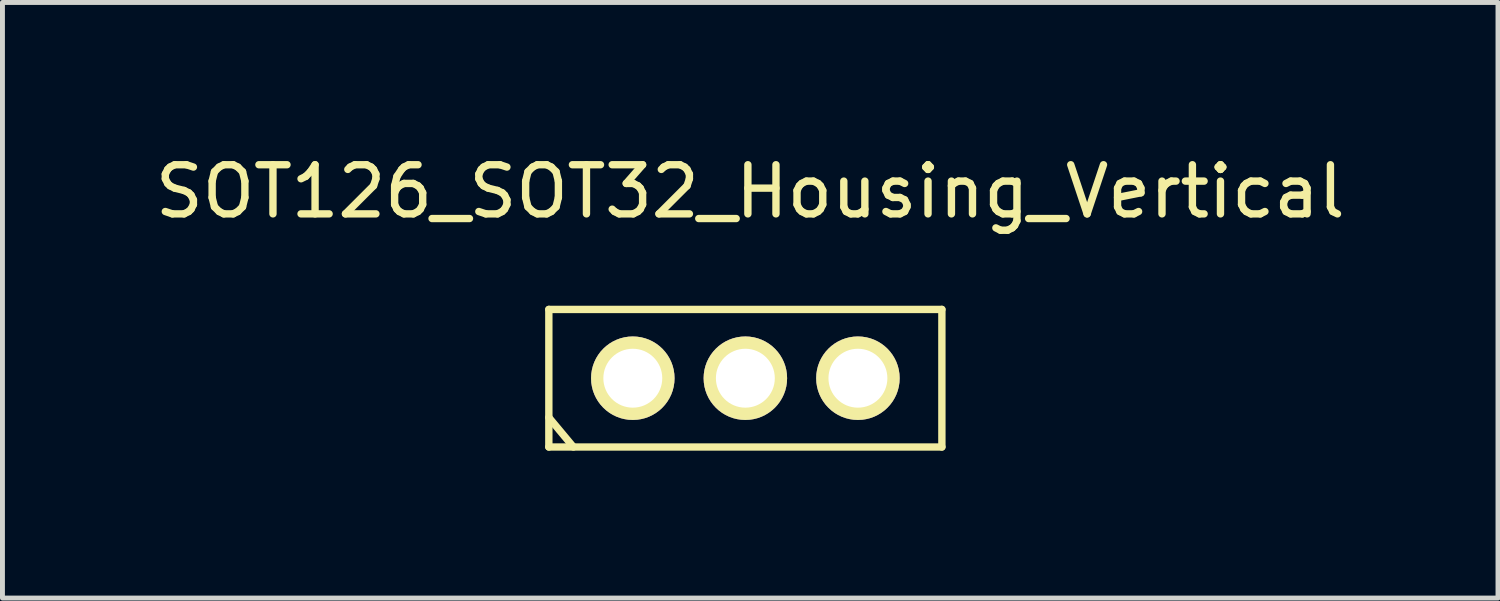
<source format=kicad_pcb>
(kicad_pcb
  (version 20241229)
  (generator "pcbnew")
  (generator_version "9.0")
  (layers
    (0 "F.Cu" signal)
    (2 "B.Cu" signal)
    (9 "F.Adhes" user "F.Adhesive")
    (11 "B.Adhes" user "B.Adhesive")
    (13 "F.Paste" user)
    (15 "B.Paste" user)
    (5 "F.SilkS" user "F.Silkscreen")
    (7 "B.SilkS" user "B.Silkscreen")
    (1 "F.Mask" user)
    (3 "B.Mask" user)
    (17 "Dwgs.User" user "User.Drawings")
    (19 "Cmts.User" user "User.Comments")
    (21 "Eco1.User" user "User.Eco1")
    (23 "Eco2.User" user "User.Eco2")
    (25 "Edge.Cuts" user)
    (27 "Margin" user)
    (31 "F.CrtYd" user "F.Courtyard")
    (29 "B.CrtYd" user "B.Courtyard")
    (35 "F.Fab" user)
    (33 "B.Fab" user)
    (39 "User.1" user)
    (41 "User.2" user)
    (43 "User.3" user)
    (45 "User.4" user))
  (footprint "SOT126_SOT32_Housing_Vertical"
    (layer "F.Cu")
    (at 12.121 4.648)
    (property "Reference" "SOT126_SOT32_Housing_Vertical" (at 0.099 -3.8 0) (layer "F.SilkS") (effects (font (size 1 1) (thickness 0.15))))
    (attr through_hole)
    (fp_line (start -4 -1.4) (end -4 1.4) (stroke (width 0.15) (type solid)) (layer "F.SilkS"))
    (fp_line (start -4 -1.4) (end 4 -1.4) (stroke (width 0.15) (type solid)) (layer "F.SilkS"))
    (fp_line (start -4 0.8) (end -3.5 1.4) (stroke (width 0.15) (type solid)) (layer "F.SilkS"))
    (fp_line (start -4 1.4) (end 4 1.4) (stroke (width 0.15) (type solid)) (layer "F.SilkS"))
    (fp_line (start 4 -1.4) (end 4 1.4) (stroke (width 0.15) (type solid)) (layer "F.SilkS"))
    (pad "1" thru_hole circle (at -2.291 0) (size 1.699 1.699) (drill 1.199) (layers "*.Cu" "*.Mask" "F.SilkS"))
    (pad "2" thru_hole circle (at 0 0) (size 1.699 1.699) (drill 1.199) (layers "*.Cu" "*.Mask" "F.SilkS"))
    (pad "3" thru_hole circle (at 2.291 0) (size 1.699 1.699) (drill 1.199) (layers "*.Cu" "*.Mask" "F.SilkS")))
  (gr_rect
    (start -3 -3)
    (end 27.44 9.123)
    (stroke (width 0.1) (type default))
    (fill no)
    (layer "Edge.Cuts")))
</source>
